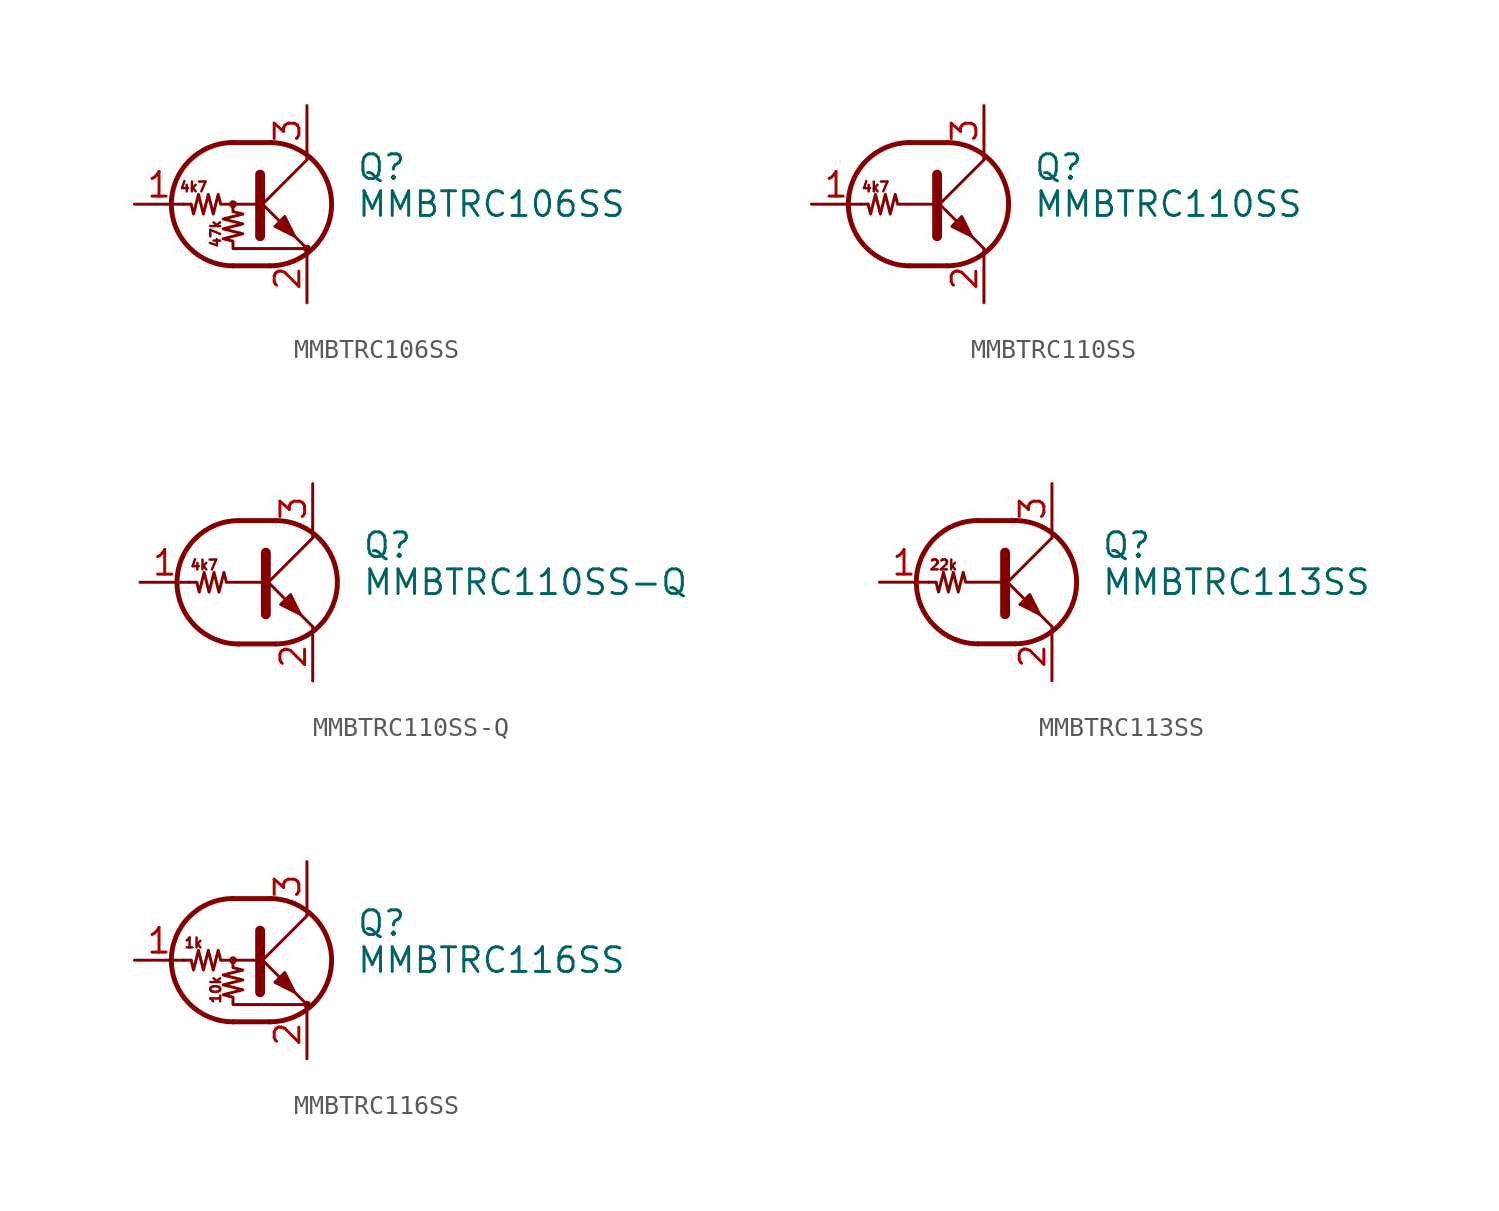
<source format=kicad_sym>
(kicad_symbol_lib
  (version 20241209)
  (generator "kicad_symbol_editor")
  (generator_version "9.0")
  (symbol "MMBTRC106SS"
    (pin_names
      (offset 0)
      (hide yes))
    (property "Reference" "Q"
      (at 5.08 1.905 0)
      (effects (font (size 1.27 1.27)) (justify left)))
    (property "Value" "MMBTRC106SS"
      (at 5.08 0 0)
      (effects (font (size 1.27 1.27)) (justify left)))
    (symbol "MMBTRC106SS_0_0"
      (text "4k7" (at -3.302 0.889 0) (effects (font (size 0.508 0.508))))
      (text "47k" (at -2.159 -1.524 900) (effects (font (size 0.508 0.508)))))
    (symbol "MMBTRC106SS_0_1"
      (polyline (pts (xy -3.429 0) (xy -3.81 0)) (stroke (width 0) (type default)) (fill (type none)))
      (polyline (pts (xy -1.27 3.175) (xy 0.635 3.175)) (stroke (width 0.254) (type default)) (fill (type none)))
      (circle (center -1.27 0) (radius 0.127) (stroke (width 0) (type default)) (fill (type none)))
      (polyline (pts (xy -1.27 0) (xy -1.27 -0.381) (xy -0.762 -0.508) (xy -1.778 -0.762) (xy -0.762 -1.016) (xy -1.778 -1.27) (xy -0.762 -1.524) (xy -1.778 -1.778) (xy -1.27 -1.905) (xy -1.27 -2.286) (xy 2.54 -2.286)) (stroke (width 0) (type default)) (fill (type none)))
      (polyline (pts (xy -1.27 -3.175) (xy 0.635 -3.175)) (stroke (width 0.254) (type default)) (fill (type none)))
      (arc (start -1.27 -3.175) (mid -4.4312 0) (end -1.27 3.175) (stroke (width 0.254) (type default)) (fill (type none)))
      (polyline (pts (xy 0 0) (xy -1.905 0) (xy -2.032 0.508) (xy -2.286 -0.508) (xy -2.54 0.508) (xy -2.794 -0.508) (xy -3.048 0.508) (xy -3.302 -0.508) (xy -3.429 0)) (stroke (width 0) (type default)) (fill (type none)))
      (polyline (pts (xy 0 -0.254) (xy 2.54 2.286)) (stroke (width 0) (type default)) (fill (type none)))
      (polyline (pts (xy 0.127 1.524) (xy 0.127 -1.651)) (stroke (width 0.508) (type default)) (fill (type outline)))
      (arc (start 0.635 3.175) (mid 3.7962 0) (end 0.635 -3.175) (stroke (width 0.254) (type default)) (fill (type none)))
      (polyline (pts (xy 0.889 -1.143) (xy 1.397 -0.635) (xy 1.905 -1.651) (xy 0.889 -1.143)) (stroke (width 0) (type default)) (fill (type outline)))
      (polyline (pts (xy 2.54 2.286) (xy 2.54 2.54)) (stroke (width 0) (type default)) (fill (type none)))
      (polyline (pts (xy 2.54 -2.286) (xy 0 0.254) (xy 0 0.254)) (stroke (width 0) (type default)) (fill (type none)))
      (circle (center 2.54 -2.286) (radius 0.127) (stroke (width 0) (type default)) (fill (type none))))
    (symbol "MMBTRC106SS_1_1"
      (pin input line (at -6.35 0 0) (length 2.54) (name "B" (effects (font (size 1.27 1.27)))) (number "1" (effects (font (size 1.27 1.27)))))
      (pin passive line (at 2.54 5.08 270) (length 2.54) (name "C" (effects (font (size 1.27 1.27)))) (number "3" (effects (font (size 1.27 1.27)))))
      (pin passive line (at 2.54 -5.08 90) (length 2.54) (name "E" (effects (font (size 1.27 1.27)))) (number "2" (effects (font (size 1.27 1.27)))))))
  (symbol "MMBTRC110SS"
    (pin_names
      (offset 0)
      (hide yes))
    (property "Reference" "Q"
      (at 5.08 1.905 0)
      (effects (font (size 1.27 1.27)) (justify left)))
    (property "Value" "MMBTRC110SS"
      (at 5.08 0 0)
      (effects (font (size 1.27 1.27)) (justify left)))
    (symbol "MMBTRC110SS_0_0"
      (polyline (pts (xy 2.54 -2.286) (xy 2.54 -2.54)) (stroke (width 0) (type default)) (fill (type none)))
      (text "4k7" (at -3.048 0.889 0) (effects (font (size 0.508 0.508)))))
    (symbol "MMBTRC110SS_0_1"
      (polyline (pts (xy -3.429 0) (xy -3.81 0)) (stroke (width 0) (type default)) (fill (type none)))
      (polyline (pts (xy -1.27 3.175) (xy 0.635 3.175)) (stroke (width 0.254) (type default)) (fill (type none)))
      (polyline (pts (xy -1.27 -3.175) (xy 0.635 -3.175)) (stroke (width 0.254) (type default)) (fill (type none)))
      (arc (start -1.27 -3.175) (mid -4.4312 0) (end -1.27 3.175) (stroke (width 0.254) (type default)) (fill (type none)))
      (polyline (pts (xy 0 0) (xy -1.905 0) (xy -2.032 0.508) (xy -2.286 -0.508) (xy -2.54 0.508) (xy -2.794 -0.508) (xy -3.048 0.508) (xy -3.302 -0.508) (xy -3.429 0)) (stroke (width 0) (type default)) (fill (type none)))
      (polyline (pts (xy 0 -0.254) (xy 2.54 2.286)) (stroke (width 0) (type default)) (fill (type none)))
      (polyline (pts (xy 0.127 1.524) (xy 0.127 -1.651)) (stroke (width 0.508) (type default)) (fill (type outline)))
      (arc (start 0.635 3.175) (mid 3.7962 0) (end 0.635 -3.175) (stroke (width 0.254) (type default)) (fill (type none)))
      (polyline (pts (xy 0.889 -1.143) (xy 1.397 -0.635) (xy 1.905 -1.651) (xy 0.889 -1.143)) (stroke (width 0) (type default)) (fill (type outline)))
      (polyline (pts (xy 2.54 2.286) (xy 2.54 2.54)) (stroke (width 0) (type default)) (fill (type none)))
      (polyline (pts (xy 2.54 -2.286) (xy 0 0.254) (xy 0 0.254)) (stroke (width 0) (type default)) (fill (type none))))
    (symbol "MMBTRC110SS_1_1"
      (pin input line (at -6.35 0 0) (length 2.54) (name "B" (effects (font (size 1.27 1.27)))) (number "1" (effects (font (size 1.27 1.27)))))
      (pin passive line (at 2.54 5.08 270) (length 2.54) (name "C" (effects (font (size 1.27 1.27)))) (number "3" (effects (font (size 1.27 1.27)))))
      (pin passive line (at 2.54 -5.08 90) (length 2.54) (name "E" (effects (font (size 1.27 1.27)))) (number "2" (effects (font (size 1.27 1.27)))))))
  (symbol "MMBTRC110SS-Q"
    (pin_names
      (offset 0)
      (hide yes))
    (property "Reference" "Q"
      (at 5.08 1.905 0)
      (effects (font (size 1.27 1.27)) (justify left)))
    (property "Value" "MMBTRC110SS-Q"
      (at 5.08 0 0)
      (effects (font (size 1.27 1.27)) (justify left)))
    (symbol "MMBTRC110SS-Q_0_0"
      (polyline (pts (xy 2.54 -2.286) (xy 2.54 -2.54)) (stroke (width 0) (type default)) (fill (type none)))
      (text "4k7" (at -3.048 0.889 0) (effects (font (size 0.508 0.508)))))
    (symbol "MMBTRC110SS-Q_0_1"
      (polyline (pts (xy -3.429 0) (xy -3.81 0)) (stroke (width 0) (type default)) (fill (type none)))
      (polyline (pts (xy -1.27 3.175) (xy 0.635 3.175)) (stroke (width 0.254) (type default)) (fill (type none)))
      (polyline (pts (xy -1.27 -3.175) (xy 0.635 -3.175)) (stroke (width 0.254) (type default)) (fill (type none)))
      (arc (start -1.27 -3.175) (mid -4.4312 0) (end -1.27 3.175) (stroke (width 0.254) (type default)) (fill (type none)))
      (polyline (pts (xy 0 0) (xy -1.905 0) (xy -2.032 0.508) (xy -2.286 -0.508) (xy -2.54 0.508) (xy -2.794 -0.508) (xy -3.048 0.508) (xy -3.302 -0.508) (xy -3.429 0)) (stroke (width 0) (type default)) (fill (type none)))
      (polyline (pts (xy 0 -0.254) (xy 2.54 2.286)) (stroke (width 0) (type default)) (fill (type none)))
      (polyline (pts (xy 0.127 1.524) (xy 0.127 -1.651)) (stroke (width 0.508) (type default)) (fill (type outline)))
      (arc (start 0.635 3.175) (mid 3.7962 0) (end 0.635 -3.175) (stroke (width 0.254) (type default)) (fill (type none)))
      (polyline (pts (xy 0.889 -1.143) (xy 1.397 -0.635) (xy 1.905 -1.651) (xy 0.889 -1.143)) (stroke (width 0) (type default)) (fill (type outline)))
      (polyline (pts (xy 2.54 2.286) (xy 2.54 2.54)) (stroke (width 0) (type default)) (fill (type none)))
      (polyline (pts (xy 2.54 -2.286) (xy 0 0.254) (xy 0 0.254)) (stroke (width 0) (type default)) (fill (type none))))
    (symbol "MMBTRC110SS-Q_1_1"
      (pin input line (at -6.35 0 0) (length 2.54) (name "B" (effects (font (size 1.27 1.27)))) (number "1" (effects (font (size 1.27 1.27)))))
      (pin passive line (at 2.54 5.08 270) (length 2.54) (name "C" (effects (font (size 1.27 1.27)))) (number "3" (effects (font (size 1.27 1.27)))))
      (pin passive line (at 2.54 -5.08 90) (length 2.54) (name "E" (effects (font (size 1.27 1.27)))) (number "2" (effects (font (size 1.27 1.27)))))))
  (symbol "MMBTRC113SS"
    (pin_names
      (offset 0)
      (hide yes))
    (property "Reference" "Q"
      (at 5.08 1.905 0)
      (effects (font (size 1.27 1.27)) (justify left)))
    (property "Value" "MMBTRC113SS"
      (at 5.08 0 0)
      (effects (font (size 1.27 1.27)) (justify left)))
    (symbol "MMBTRC113SS_0_0"
      (polyline (pts (xy 2.54 -2.286) (xy 2.54 -2.54)) (stroke (width 0) (type default)) (fill (type none)))
      (text "22k" (at -3.048 0.889 0) (effects (font (size 0.508 0.508)))))
    (symbol "MMBTRC113SS_0_1"
      (polyline (pts (xy -3.429 0) (xy -3.81 0)) (stroke (width 0) (type default)) (fill (type none)))
      (polyline (pts (xy -1.27 3.175) (xy 0.635 3.175)) (stroke (width 0.254) (type default)) (fill (type none)))
      (polyline (pts (xy -1.27 -3.175) (xy 0.635 -3.175)) (stroke (width 0.254) (type default)) (fill (type none)))
      (arc (start -1.27 -3.175) (mid -4.4312 0) (end -1.27 3.175) (stroke (width 0.254) (type default)) (fill (type none)))
      (polyline (pts (xy 0 0) (xy -1.905 0) (xy -2.032 0.508) (xy -2.286 -0.508) (xy -2.54 0.508) (xy -2.794 -0.508) (xy -3.048 0.508) (xy -3.302 -0.508) (xy -3.429 0)) (stroke (width 0) (type default)) (fill (type none)))
      (polyline (pts (xy 0 -0.254) (xy 2.54 2.286)) (stroke (width 0) (type default)) (fill (type none)))
      (polyline (pts (xy 0.127 1.524) (xy 0.127 -1.651)) (stroke (width 0.508) (type default)) (fill (type outline)))
      (arc (start 0.635 3.175) (mid 3.7962 0) (end 0.635 -3.175) (stroke (width 0.254) (type default)) (fill (type none)))
      (polyline (pts (xy 0.889 -1.143) (xy 1.397 -0.635) (xy 1.905 -1.651) (xy 0.889 -1.143)) (stroke (width 0) (type default)) (fill (type outline)))
      (polyline (pts (xy 2.54 2.286) (xy 2.54 2.54)) (stroke (width 0) (type default)) (fill (type none)))
      (polyline (pts (xy 2.54 -2.286) (xy 0 0.254) (xy 0 0.254)) (stroke (width 0) (type default)) (fill (type none))))
    (symbol "MMBTRC113SS_1_1"
      (pin input line (at -6.35 0 0) (length 2.54) (name "B" (effects (font (size 1.27 1.27)))) (number "1" (effects (font (size 1.27 1.27)))))
      (pin passive line (at 2.54 5.08 270) (length 2.54) (name "C" (effects (font (size 1.27 1.27)))) (number "3" (effects (font (size 1.27 1.27)))))
      (pin passive line (at 2.54 -5.08 90) (length 2.54) (name "E" (effects (font (size 1.27 1.27)))) (number "2" (effects (font (size 1.27 1.27)))))))
  (symbol "MMBTRC116SS"
    (pin_names
      (offset 0)
      (hide yes))
    (property "Reference" "Q"
      (at 5.08 1.905 0)
      (effects (font (size 1.27 1.27)) (justify left)))
    (property "Value" "MMBTRC116SS"
      (at 5.08 0 0)
      (effects (font (size 1.27 1.27)) (justify left)))
    (symbol "MMBTRC116SS_0_0"
      (text "1k" (at -3.302 0.889 0) (effects (font (size 0.508 0.508))))
      (text "10k" (at -2.159 -1.524 900) (effects (font (size 0.508 0.508)))))
    (symbol "MMBTRC116SS_0_1"
      (polyline (pts (xy -3.429 0) (xy -3.81 0)) (stroke (width 0) (type default)) (fill (type none)))
      (polyline (pts (xy -1.27 3.175) (xy 0.635 3.175)) (stroke (width 0.254) (type default)) (fill (type none)))
      (circle (center -1.27 0) (radius 0.127) (stroke (width 0) (type default)) (fill (type none)))
      (polyline (pts (xy -1.27 0) (xy -1.27 -0.381) (xy -0.762 -0.508) (xy -1.778 -0.762) (xy -0.762 -1.016) (xy -1.778 -1.27) (xy -0.762 -1.524) (xy -1.778 -1.778) (xy -1.27 -1.905) (xy -1.27 -2.286) (xy 2.54 -2.286)) (stroke (width 0) (type default)) (fill (type none)))
      (polyline (pts (xy -1.27 -3.175) (xy 0.635 -3.175)) (stroke (width 0.254) (type default)) (fill (type none)))
      (arc (start -1.27 -3.175) (mid -4.4312 0) (end -1.27 3.175) (stroke (width 0.254) (type default)) (fill (type none)))
      (polyline (pts (xy 0 0) (xy -1.905 0) (xy -2.032 0.508) (xy -2.286 -0.508) (xy -2.54 0.508) (xy -2.794 -0.508) (xy -3.048 0.508) (xy -3.302 -0.508) (xy -3.429 0)) (stroke (width 0) (type default)) (fill (type none)))
      (polyline (pts (xy 0 -0.254) (xy 2.54 2.286)) (stroke (width 0) (type default)) (fill (type none)))
      (polyline (pts (xy 0.127 1.524) (xy 0.127 -1.651)) (stroke (width 0.508) (type default)) (fill (type outline)))
      (arc (start 0.635 3.175) (mid 3.7962 0) (end 0.635 -3.175) (stroke (width 0.254) (type default)) (fill (type none)))
      (polyline (pts (xy 0.889 -1.143) (xy 1.397 -0.635) (xy 1.905 -1.651) (xy 0.889 -1.143)) (stroke (width 0) (type default)) (fill (type outline)))
      (polyline (pts (xy 2.54 2.286) (xy 2.54 2.54)) (stroke (width 0) (type default)) (fill (type none)))
      (polyline (pts (xy 2.54 -2.286) (xy 0 0.254) (xy 0 0.254)) (stroke (width 0) (type default)) (fill (type none)))
      (circle (center 2.54 -2.286) (radius 0.127) (stroke (width 0) (type default)) (fill (type none))))
    (symbol "MMBTRC116SS_1_1"
      (pin input line (at -6.35 0 0) (length 2.54) (name "B" (effects (font (size 1.27 1.27)))) (number "1" (effects (font (size 1.27 1.27)))))
      (pin passive line (at 2.54 5.08 270) (length 2.54) (name "C" (effects (font (size 1.27 1.27)))) (number "3" (effects (font (size 1.27 1.27)))))
      (pin passive line (at 2.54 -5.08 90) (length 2.54) (name "E" (effects (font (size 1.27 1.27)))) (number "2" (effects (font (size 1.27 1.27))))))))
</source>
